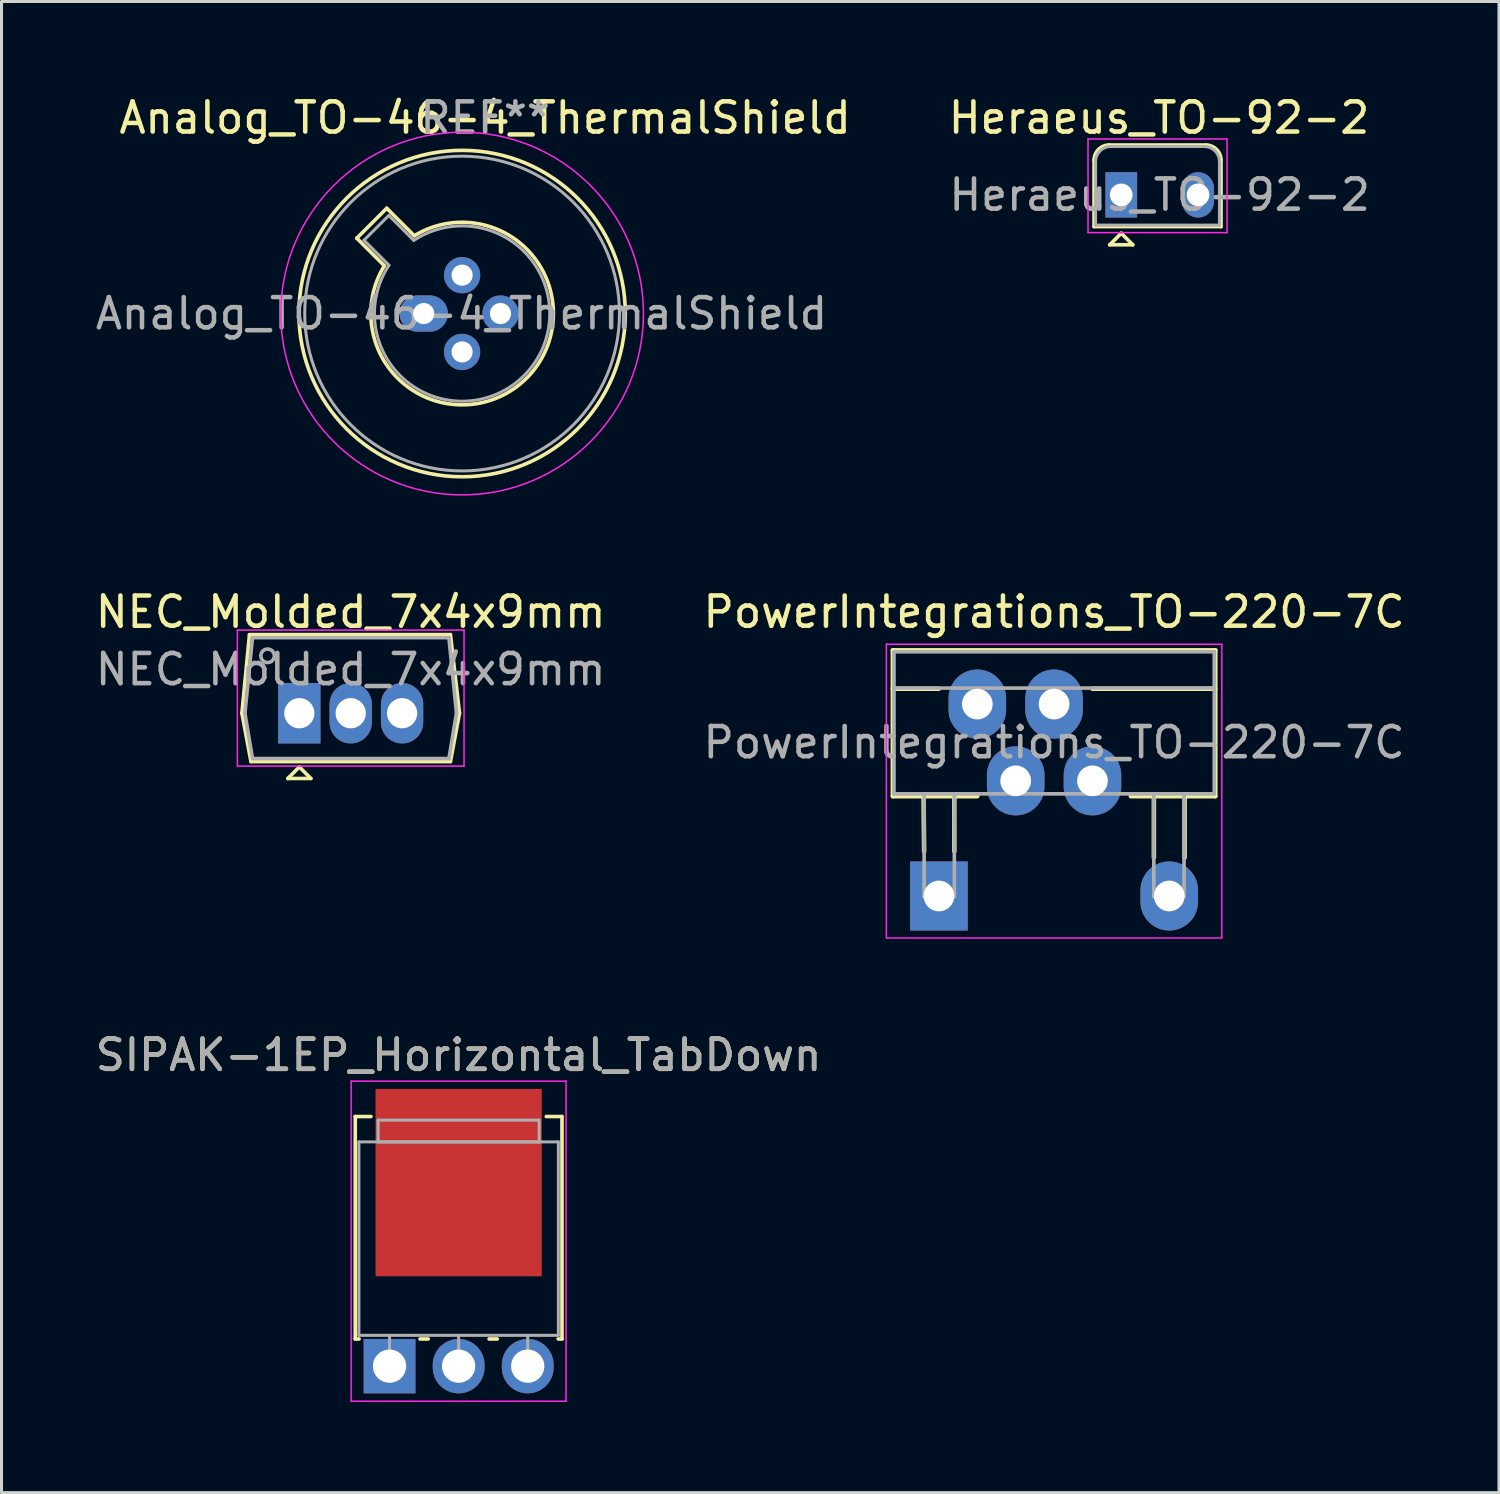
<source format=kicad_pcb>
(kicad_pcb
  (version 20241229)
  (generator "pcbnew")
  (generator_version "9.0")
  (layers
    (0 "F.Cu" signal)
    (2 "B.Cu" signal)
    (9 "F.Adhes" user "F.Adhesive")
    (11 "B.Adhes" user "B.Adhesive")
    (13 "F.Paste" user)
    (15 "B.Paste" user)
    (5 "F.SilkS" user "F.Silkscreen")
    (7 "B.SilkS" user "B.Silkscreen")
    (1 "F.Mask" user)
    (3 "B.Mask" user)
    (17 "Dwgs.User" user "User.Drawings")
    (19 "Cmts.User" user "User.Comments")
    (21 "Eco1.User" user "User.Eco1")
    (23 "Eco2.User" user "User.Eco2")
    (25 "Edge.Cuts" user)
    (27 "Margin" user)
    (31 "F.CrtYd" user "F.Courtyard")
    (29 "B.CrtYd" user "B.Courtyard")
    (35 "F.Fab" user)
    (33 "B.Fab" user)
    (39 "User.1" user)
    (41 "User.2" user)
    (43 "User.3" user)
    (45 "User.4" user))
  (footprint "Analog_TO-46-4_ThermalShield"
    (layer "F.Cu")
    (at 10.97 7.325)
    (property "Reference" "Analog_TO-46-4_ThermalShield" (at 2.032 -6.477 0) (layer "F.SilkS") (effects (font (size 1 1) (thickness 0.15))))
    (attr through_hole)
    (fp_line (start -2.214 -2.494) (end -1.302 -1.582) (stroke (width 0.12) (type solid)) (layer "F.SilkS"))
    (fp_line (start -1.224 -3.484) (end -2.214 -2.494) (stroke (width 0.12) (type solid)) (layer "F.SilkS"))
    (fp_line (start -0.312 -2.572) (end -1.224 -3.484) (stroke (width 0.12) (type solid)) (layer "F.SilkS"))
    (fp_arc (start -0.312331 -2.572281) (mid 3.405374 2.135551) (end -1.30215 -1.582544) (stroke (width 0.12) (type solid)) (layer "F.SilkS"))
    (fp_circle (center 1.27 0) (end 6.67 0) (stroke (width 0.12) (type solid)) (fill no) (layer "F.SilkS"))
    (fp_circle (center 1.27 0) (end 7.27 0) (stroke (width 0.05) (type solid)) (fill no) (layer "F.CrtYd"))
    (fp_line (start -1.977 -2.426) (end -1.149 -1.599) (stroke (width 0.1) (type solid)) (layer "F.Fab"))
    (fp_line (start -1.156 -3.247) (end -1.977 -2.426) (stroke (width 0.1) (type solid)) (layer "F.Fab"))
    (fp_line (start -0.329 -2.419) (end -1.156 -3.247) (stroke (width 0.1) (type solid)) (layer "F.Fab"))
    (fp_arc (start -0.329057 -2.419301) (mid 3.321076 2.050143) (end -1.150029 -1.597956) (stroke (width 0.1) (type solid)) (layer "F.Fab"))
    (fp_circle (center 1.27 0) (end 6.477 0) (stroke (width 0.1) (type solid)) (fill no) (layer "F.Fab"))
    (fp_text user "${REFERENCE}" (at 1.25 0 0) (layer "F.Fab") (effects (font (size 1 1) (thickness 0.15))))
    (fp_text user "REF**" (at 2.032 -6.477 0) (layer "F.Fab") (effects (font (size 1 1) (thickness 0.15))))
    (pad "1" thru_hole oval (at 0 0) (size 1.6 1.2) (drill 0.7) (layers "*.Cu" "*.Mask"))
    (pad "2" thru_hole circle (at 1.27 1.27) (size 1.2 1.2) (drill 0.7) (layers "*.Cu" "*.Mask"))
    (pad "3" thru_hole circle (at 2.54 0) (size 1.2 1.2) (drill 0.7) (layers "*.Cu" "*.Mask"))
    (pad "4" thru_hole circle (at 1.27 -1.27) (size 1.2 1.2) (drill 0.7) (layers "*.Cu" "*.Mask")))
  (footprint "NEC_Molded_7x4x9mm"
    (layer "F.Cu")
    (at 6.854 20.549)
    (property "Reference" "NEC_Molded_7x4x9mm" (at 1.7 -3.35 0) (layer "F.SilkS") (effects (font (size 1 1) (thickness 0.15))))
    (attr through_hole)
    (fp_line (start -1.9 0) (end -1.6 1.6) (stroke (width 0.12) (type solid)) (layer "F.SilkS"))
    (fp_line (start -1.65 -2.6) (end -1.9 0) (stroke (width 0.12) (type solid)) (layer "F.SilkS"))
    (fp_line (start -1.6 1.6) (end 5 1.6) (stroke (width 0.12) (type solid)) (layer "F.SilkS"))
    (fp_line (start -0.381 2.159) (end 0.381 2.159) (stroke (width 0.12) (type solid)) (layer "F.SilkS"))
    (fp_line (start 0 1.778) (end -0.381 2.159) (stroke (width 0.12) (type solid)) (layer "F.SilkS"))
    (fp_line (start 0.381 2.159) (end 0 1.778) (stroke (width 0.12) (type solid)) (layer "F.SilkS"))
    (fp_line (start 5 -2.6) (end -1.65 -2.6) (stroke (width 0.12) (type solid)) (layer "F.SilkS"))
    (fp_line (start 5 1.6) (end 5.3 0) (stroke (width 0.12) (type solid)) (layer "F.SilkS"))
    (fp_line (start 5.3 0) (end 5 -2.6) (stroke (width 0.12) (type solid)) (layer "F.SilkS"))
    (fp_line (start -2.05 -2.75) (end -2.05 1.75) (stroke (width 0.05) (type solid)) (layer "F.CrtYd"))
    (fp_line (start -2.05 1.75) (end 5.45 1.75) (stroke (width 0.05) (type solid)) (layer "F.CrtYd"))
    (fp_line (start 5.45 -2.75) (end -2.05 -2.75) (stroke (width 0.05) (type solid)) (layer "F.CrtYd"))
    (fp_line (start 5.45 1.75) (end 5.45 -2.75) (stroke (width 0.05) (type solid)) (layer "F.CrtYd"))
    (fp_line (start -1.8 0) (end -1.55 -2.5) (stroke (width 0.12) (type solid)) (layer "F.Fab"))
    (fp_line (start -1.55 1.5) (end -1.8 0) (stroke (width 0.12) (type solid)) (layer "F.Fab"))
    (fp_line (start -1.55 1.5) (end 4.95 1.5) (stroke (width 0.12) (type solid)) (layer "F.Fab"))
    (fp_line (start 4.95 -2.5) (end -1.55 -2.5) (stroke (width 0.12) (type solid)) (layer "F.Fab"))
    (fp_line (start 4.95 -2.5) (end 5.2 0) (stroke (width 0.12) (type solid)) (layer "F.Fab"))
    (fp_line (start 5.2 0) (end 4.95 1.5) (stroke (width 0.12) (type solid)) (layer "F.Fab"))
    (fp_circle (center -1.05 -1.9) (end -0.85 -1.8) (stroke (width 0.12) (type solid)) (fill no) (layer "F.Fab"))
    (fp_text user "${REFERENCE}" (at 1.7 -1.45 0) (layer "F.Fab") (effects (font (size 1 1) (thickness 0.15))))
    (pad "1" thru_hole rect (at 0 0 180) (size 1.4 2) (drill 1) (layers "*.Cu" "*.Mask"))
    (pad "2" thru_hole oval (at 1.7 0 180) (size 1.4 2) (drill 1) (layers "*.Cu" "*.Mask"))
    (pad "3" thru_hole oval (at 3.4 0 180) (size 1.4 2) (drill 1) (layers "*.Cu" "*.Mask")))
  (footprint "Heraeus_TO-92-2"
    (layer "F.Cu")
    (at 34.05 3.398)
    (property "Reference" "Heraeus_TO-92-2" (at 1.25 -2.55 0) (layer "F.SilkS") (effects (font (size 1 1) (thickness 0.15))))
    (attr through_hole)
    (fp_line (start -0.9 1.05) (end -0.9 -1.15) (stroke (width 0.12) (type solid)) (layer "F.SilkS"))
    (fp_line (start -0.4 -1.65) (end 2.8 -1.65) (stroke (width 0.12) (type solid)) (layer "F.SilkS"))
    (fp_line (start -0.381 1.651) (end 0.381 1.651) (stroke (width 0.12) (type solid)) (layer "F.SilkS"))
    (fp_line (start 0 1.27) (end -0.381 1.651) (stroke (width 0.12) (type solid)) (layer "F.SilkS"))
    (fp_line (start 0.381 1.651) (end 0 1.27) (stroke (width 0.12) (type solid)) (layer "F.SilkS"))
    (fp_line (start 3.3 -1.15) (end 3.3 1.05) (stroke (width 0.12) (type solid)) (layer "F.SilkS"))
    (fp_line (start 3.3 1.05) (end -0.9 1.05) (stroke (width 0.12) (type solid)) (layer "F.SilkS"))
    (fp_arc (start -0.9 -1.15) (mid -0.753553 -1.503553) (end -0.4 -1.65) (stroke (width 0.12) (type solid)) (layer "F.SilkS"))
    (fp_arc (start 2.8 -1.65) (mid 3.153553 -1.503553) (end 3.3 -1.15) (stroke (width 0.12) (type solid)) (layer "F.SilkS"))
    (fp_line (start -1.1 -1.85) (end -1.1 1.25) (stroke (width 0.05) (type solid)) (layer "F.CrtYd"))
    (fp_line (start -1.1 1.25) (end 3.5 1.25) (stroke (width 0.05) (type solid)) (layer "F.CrtYd"))
    (fp_line (start 3.5 -1.85) (end -1.1 -1.85) (stroke (width 0.05) (type solid)) (layer "F.CrtYd"))
    (fp_line (start 3.5 1.25) (end 3.5 -1.85) (stroke (width 0.05) (type solid)) (layer "F.CrtYd"))
    (fp_line (start -0.85 -1.1) (end -0.85 1) (stroke (width 0.1) (type solid)) (layer "F.Fab"))
    (fp_line (start -0.85 1) (end 3.25 1) (stroke (width 0.1) (type solid)) (layer "F.Fab"))
    (fp_line (start 2.7 -1.6) (end -0.35 -1.6) (stroke (width 0.1) (type solid)) (layer "F.Fab"))
    (fp_line (start 3.25 1) (end 3.25 -1.1) (stroke (width 0.1) (type solid)) (layer "F.Fab"))
    (fp_arc (start -0.85 -1.1) (mid -0.703553 -1.453553) (end -0.35 -1.6) (stroke (width 0.1) (type solid)) (layer "F.Fab"))
    (fp_arc (start 2.75 -1.6) (mid 3.103553 -1.453553) (end 3.25 -1.1) (stroke (width 0.1) (type solid)) (layer "F.Fab"))
    (fp_text user "${REFERENCE}" (at 1.27 0 0) (layer "F.Fab") (effects (font (size 1 1) (thickness 0.15))))
    (pad "1" thru_hole rect (at 0 0) (size 1.05 1.5) (drill 0.75) (layers "*.Cu" "*.Mask"))
    (pad "2" thru_hole oval (at 2.54 0) (size 1.05 1.5) (drill 0.75) (layers "*.Cu" "*.Mask")))
  (footprint "SIPAK-1EP_Horizontal_TabDown"
    (layer "F.Cu")
    (at 9.839 42.153)
    (property "Reference" "SIPAK-1EP_Horizontal_TabDown" (at 2.286 -10.293 0) (layer "F.SilkS") (effects (font (size 1 1) (thickness 0.15))))
    (attr through_hole)
    (fp_line (start -1.134 -8.26) (end -1.134 -0.9) (stroke (width 0.12) (type solid)) (layer "F.SilkS"))
    (fp_line (start -1.134 -8.26) (end -0.614 -8.26) (stroke (width 0.12) (type solid)) (layer "F.SilkS"))
    (fp_line (start -1.134 -0.9) (end -1.008 -0.9) (stroke (width 0.12) (type solid)) (layer "F.SilkS"))
    (fp_line (start 1.008 -0.9) (end 1.279 -0.9) (stroke (width 0.12) (type solid)) (layer "F.SilkS"))
    (fp_line (start 3.294 -0.9) (end 3.565 -0.9) (stroke (width 0.12) (type solid)) (layer "F.SilkS"))
    (fp_line (start 5.186 -8.26) (end 5.706 -8.26) (stroke (width 0.12) (type solid)) (layer "F.SilkS"))
    (fp_line (start 5.58 -0.9) (end 5.706 -0.9) (stroke (width 0.12) (type solid)) (layer "F.SilkS"))
    (fp_line (start 5.706 -8.26) (end 5.706 -0.9) (stroke (width 0.12) (type solid)) (layer "F.SilkS"))
    (fp_line (start -1.27 -9.43) (end -1.27 1.16) (stroke (width 0.05) (type solid)) (layer "F.CrtYd"))
    (fp_line (start -1.27 1.16) (end 5.84 1.16) (stroke (width 0.05) (type solid)) (layer "F.CrtYd"))
    (fp_line (start 5.84 -9.43) (end -1.27 -9.43) (stroke (width 0.05) (type solid)) (layer "F.CrtYd"))
    (fp_line (start 5.84 1.16) (end 5.84 -9.43) (stroke (width 0.05) (type solid)) (layer "F.CrtYd"))
    (fp_line (start -1.014 -7.42) (end 5.586 -7.42) (stroke (width 0.1) (type solid)) (layer "F.Fab"))
    (fp_line (start -1.014 -1.02) (end -1.014 -7.42) (stroke (width 0.1) (type solid)) (layer "F.Fab"))
    (fp_line (start -0.379 -8.14) (end 4.951 -8.14) (stroke (width 0.1) (type solid)) (layer "F.Fab"))
    (fp_line (start -0.379 -7.42) (end -0.379 -8.14) (stroke (width 0.1) (type solid)) (layer "F.Fab"))
    (fp_line (start 0 -1.02) (end 0 0) (stroke (width 0.1) (type solid)) (layer "F.Fab"))
    (fp_line (start 2.286 -1.02) (end 2.286 0) (stroke (width 0.1) (type solid)) (layer "F.Fab"))
    (fp_line (start 4.572 -1.02) (end 4.572 0) (stroke (width 0.1) (type solid)) (layer "F.Fab"))
    (fp_line (start 4.951 -8.14) (end 4.951 -7.42) (stroke (width 0.1) (type solid)) (layer "F.Fab"))
    (fp_line (start 4.951 -7.42) (end -0.379 -7.42) (stroke (width 0.1) (type solid)) (layer "F.Fab"))
    (fp_line (start 5.586 -7.42) (end 5.586 -1.02) (stroke (width 0.1) (type solid)) (layer "F.Fab"))
    (fp_line (start 5.586 -1.02) (end -1.014 -1.02) (stroke (width 0.1) (type solid)) (layer "F.Fab"))
    (fp_text user "${REFERENCE}" (at 2.286 -10.293 0) (layer "F.Fab") (effects (font (size 1 1) (thickness 0.15))))
    (pad "1" thru_hole rect (at 0 0) (size 1.714 1.8) (drill 1.1) (layers "*.Cu" "*.Mask"))
    (pad "2" thru_hole oval (at 2.286 0) (size 1.714 1.8) (drill 1.1) (layers "*.Cu" "*.Mask"))
    (pad "3" thru_hole oval (at 4.572 0) (size 1.714 1.8) (drill 1.1) (layers "*.Cu" "*.Mask"))
    (pad "4" smd rect (at 2.286 -6.073) (size 5.5 6.2) (layers "F.Cu" "F.Mask" "F.Paste")))
  (footprint "PowerIntegrations_TO-220-7C"
    (layer "F.Cu")
    (at 28.017 26.596)
    (property "Reference" "PowerIntegrations_TO-220-7C" (at 3.81 -9.398 0) (layer "F.SilkS") (effects (font (size 1 1) (thickness 0.15))))
    (attr through_hole)
    (fp_line (start -1.524 -8.128) (end -1.524 -3.302) (stroke (width 0.15) (type solid)) (layer "F.SilkS"))
    (fp_line (start -1.524 -6.858) (end 0 -6.858) (stroke (width 0.15) (type solid)) (layer "F.SilkS"))
    (fp_line (start -1.524 -3.302) (end 1.27 -3.302) (stroke (width 0.15) (type solid)) (layer "F.SilkS"))
    (fp_line (start -0.49 -1.48) (end -0.508 -3.302) (stroke (width 0.15) (type solid)) (layer "F.SilkS"))
    (fp_line (start 0.51 -1.48) (end 0.508 -3.302) (stroke (width 0.15) (type solid)) (layer "F.SilkS"))
    (fp_line (start 7.112 -1.27) (end 7.112 -3.302) (stroke (width 0.15) (type solid)) (layer "F.SilkS"))
    (fp_line (start 8.128 -1.27) (end 8.128 -3.302) (stroke (width 0.15) (type solid)) (layer "F.SilkS"))
    (fp_line (start 9.144 -8.128) (end -1.524 -8.128) (stroke (width 0.15) (type solid)) (layer "F.SilkS"))
    (fp_line (start 9.144 -8.128) (end 9.144 -3.302) (stroke (width 0.15) (type solid)) (layer "F.SilkS"))
    (fp_line (start 9.144 -6.858) (end 5.08 -6.858) (stroke (width 0.15) (type solid)) (layer "F.SilkS"))
    (fp_line (start 9.144 -3.302) (end 6.35 -3.302) (stroke (width 0.15) (type solid)) (layer "F.SilkS"))
    (fp_line (start -1.74 -8.33) (end -1.74 1.39) (stroke (width 0.05) (type solid)) (layer "F.CrtYd"))
    (fp_line (start -1.74 -8.33) (end 9.36 -8.33) (stroke (width 0.05) (type solid)) (layer "F.CrtYd"))
    (fp_line (start 9.36 1.39) (end -1.74 1.39) (stroke (width 0.05) (type solid)) (layer "F.CrtYd"))
    (fp_line (start 9.36 1.39) (end 9.36 -8.33) (stroke (width 0.05) (type solid)) (layer "F.CrtYd"))
    (fp_line (start -1.49 -8.08) (end -1.49 -3.38) (stroke (width 0.12) (type solid)) (layer "F.Fab"))
    (fp_line (start -1.49 -6.88) (end 9.11 -6.88) (stroke (width 0.12) (type solid)) (layer "F.Fab"))
    (fp_line (start -1.49 -3.38) (end 9.11 -3.38) (stroke (width 0.12) (type solid)) (layer "F.Fab"))
    (fp_line (start -0.49 -3.38) (end -0.49 0.02) (stroke (width 0.12) (type solid)) (layer "F.Fab"))
    (fp_line (start -0.49 0.02) (end 0.51 0.02) (stroke (width 0.12) (type solid)) (layer "F.Fab"))
    (fp_line (start 0.51 0.02) (end 0.51 -3.38) (stroke (width 0.12) (type solid)) (layer "F.Fab"))
    (fp_line (start 7.11 -3.38) (end 7.11 0.02) (stroke (width 0.12) (type solid)) (layer "F.Fab"))
    (fp_line (start 7.11 0.02) (end 8.11 0.02) (stroke (width 0.12) (type solid)) (layer "F.Fab"))
    (fp_line (start 8.11 0.02) (end 8.11 -3.38) (stroke (width 0.12) (type solid)) (layer "F.Fab"))
    (fp_line (start 9.11 -8.08) (end -1.49 -8.08) (stroke (width 0.12) (type solid)) (layer "F.Fab"))
    (fp_line (start 9.11 -3.38) (end 9.11 -8.08) (stroke (width 0.12) (type solid)) (layer "F.Fab"))
    (fp_text user "${REFERENCE}" (at 3.81 -5.08 0) (layer "F.Fab") (effects (font (size 1 1) (thickness 0.15))))
    (pad "1" thru_hole rect (at 0 0) (size 1.905 2.286) (drill 1.016) (layers "*.Cu" "*.Mask"))
    (pad "2" thru_hole oval (at 1.27 -6.35) (size 1.905 2.286) (drill 1.016) (layers "*.Cu" "*.Mask"))
    (pad "3" thru_hole oval (at 2.54 -3.81) (size 1.905 2.286) (drill 1.016) (layers "*.Cu" "*.Mask"))
    (pad "4" thru_hole oval (at 3.81 -6.35) (size 1.905 2.286) (drill 1.016) (layers "*.Cu" "*.Mask"))
    (pad "5" thru_hole oval (at 5.08 -3.81) (size 1.905 2.286) (drill 1.016) (layers "*.Cu" "*.Mask"))
    (pad "7" thru_hole oval (at 7.62 0) (size 1.905 2.286) (drill 1.016) (layers "*.Cu" "*.Mask")))
  (gr_rect
    (start -3 -3)
    (end 46.548 46.338)
    (stroke (width 0.1) (type default))
    (fill no)
    (layer "Edge.Cuts")))
</source>
